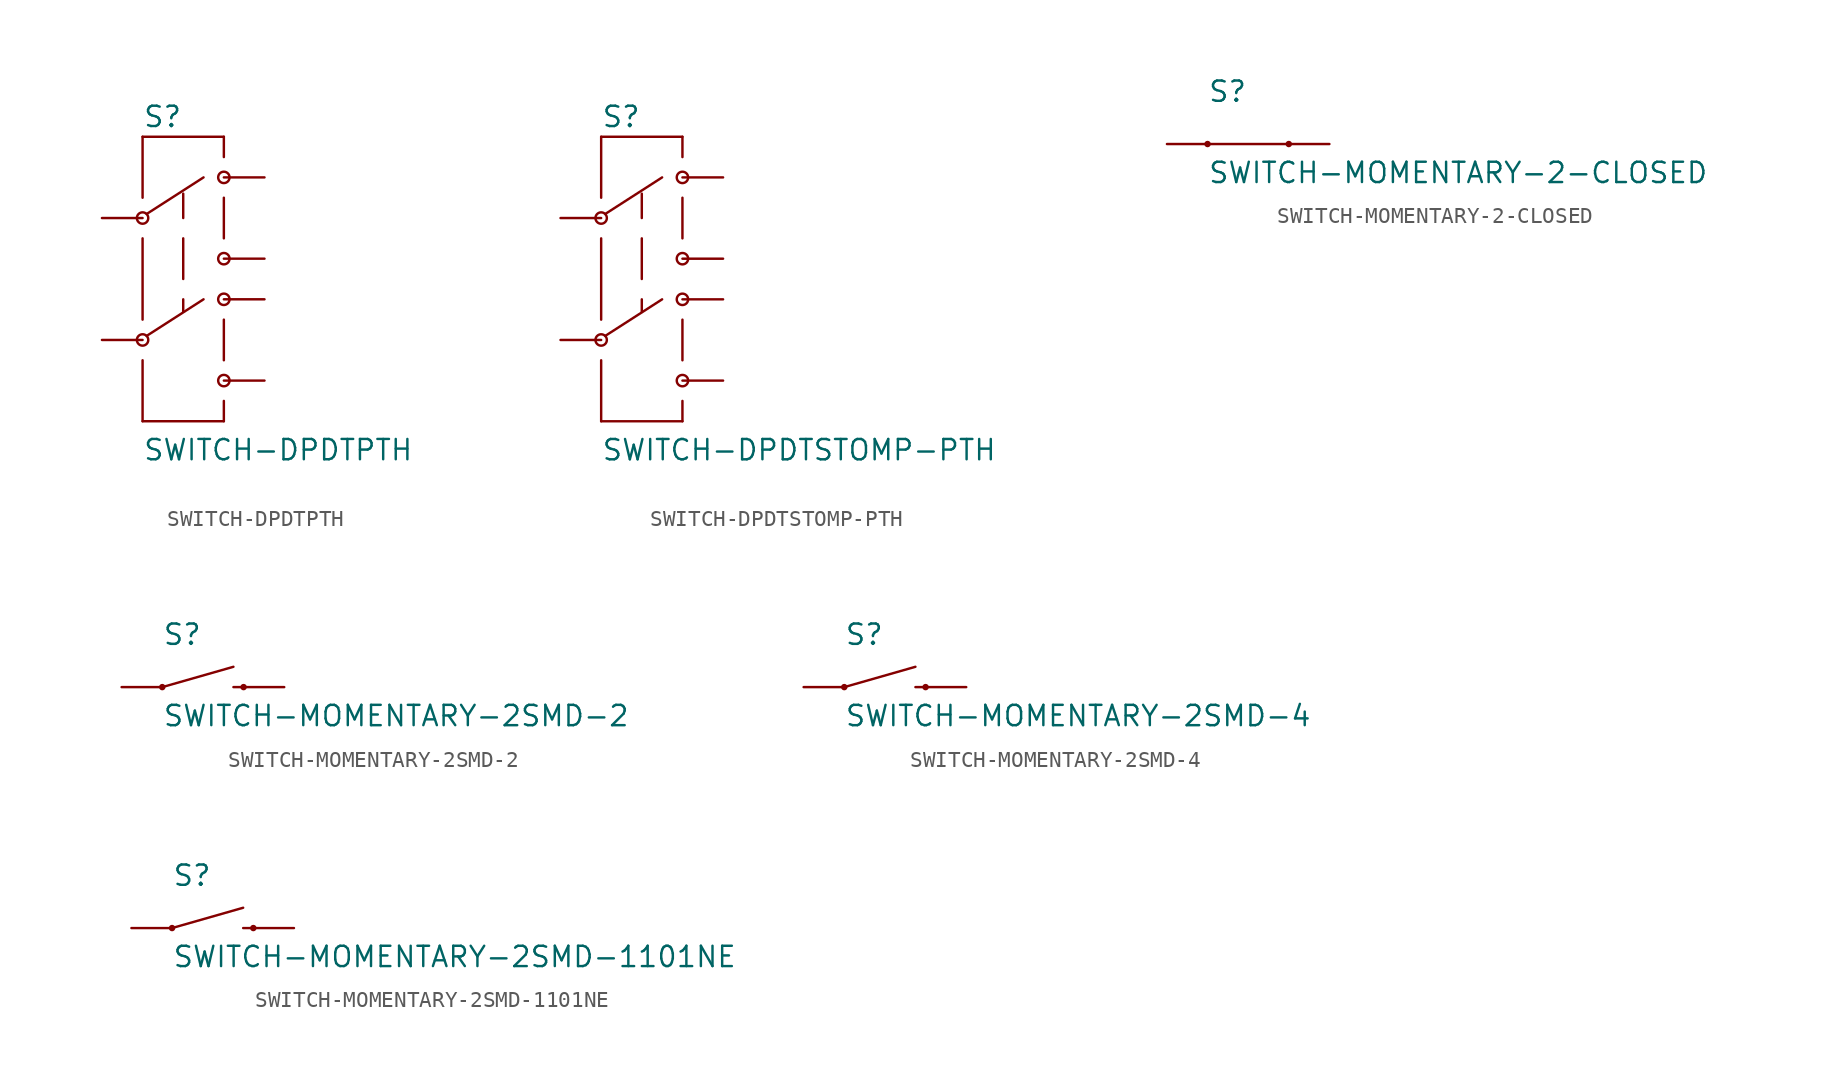
<source format=kicad_sym>
(kicad_symbol_lib
  (version 20211014)
  (generator kicad_symbol_editor)
  (symbol "SWITCH-DPDTPTH"
    (pin_numbers hide)
    (pin_names
      (offset 1.016) hide)
    (property "Reference" "S"
      (at -2.54 8.128 0)
      (effects (font (size 1.27 1.27)) (justify left bottom)))
    (property "Value" "SWITCH-DPDTPTH"
      (at -2.54 -12.7 0)
      (effects (font (size 1.27 1.27)) (justify left bottom)))
    (property "ki_locked" ""
      (at 0 0 0)
      (effects (font (size 1.27 1.27))))
    (symbol "SWITCH-DPDTPTH_1_0"
      (polyline (pts (xy -2.54 -10.16) (xy 2.54 -10.16)) (stroke (width 0) (type default) (color 0 0 0 0)) (fill (type none)))
      (polyline (pts (xy -2.54 -6.35) (xy -2.54 -10.16)) (stroke (width 0) (type default) (color 0 0 0 0)) (fill (type none)))
      (polyline (pts (xy -2.54 1.27) (xy -2.54 -3.81)) (stroke (width 0) (type default) (color 0 0 0 0)) (fill (type none)))
      (polyline (pts (xy -2.54 7.62) (xy -2.54 3.81)) (stroke (width 0) (type default) (color 0 0 0 0)) (fill (type none)))
      (polyline (pts (xy -2.286 -4.826) (xy 1.27 -2.54)) (stroke (width 0) (type default) (color 0 0 0 0)) (fill (type none)))
      (polyline (pts (xy 0 -2.54) (xy 0 -3.302)) (stroke (width 0) (type default) (color 0 0 0 0)) (fill (type none)))
      (polyline (pts (xy 0 1.27) (xy 0 -1.27)) (stroke (width 0) (type default) (color 0 0 0 0)) (fill (type none)))
      (polyline (pts (xy 0 4.064) (xy 0 2.54)) (stroke (width 0) (type default) (color 0 0 0 0)) (fill (type none)))
      (polyline (pts (xy 1.27 5.08) (xy -2.286 2.794)) (stroke (width 0) (type default) (color 0 0 0 0)) (fill (type none)))
      (polyline (pts (xy 2.54 -10.16) (xy 2.54 -8.89)) (stroke (width 0) (type default) (color 0 0 0 0)) (fill (type none)))
      (polyline (pts (xy 2.54 -6.35) (xy 2.54 -3.81)) (stroke (width 0) (type default) (color 0 0 0 0)) (fill (type none)))
      (polyline (pts (xy 2.54 3.81) (xy 2.54 1.27)) (stroke (width 0) (type default) (color 0 0 0 0)) (fill (type none)))
      (polyline (pts (xy 2.54 6.35) (xy 2.54 7.62)) (stroke (width 0) (type default) (color 0 0 0 0)) (fill (type none)))
      (polyline (pts (xy 2.54 7.62) (xy -2.54 7.62)) (stroke (width 0) (type default) (color 0 0 0 0)) (fill (type none))))
    (symbol "SWITCH-DPDTPTH_1_1"
      (circle (center -2.54 -5.08) (radius 0.356) (stroke (width 0) (type default) (color 0 0 0 0)) (fill (type none)))
      (circle (center -2.54 2.54) (radius 0.356) (stroke (width 0) (type default) (color 0 0 0 0)) (fill (type none)))
      (circle (center 2.54 -7.62) (radius 0.356) (stroke (width 0) (type default) (color 0 0 0 0)) (fill (type none)))
      (circle (center 2.54 -2.54) (radius 0.356) (stroke (width 0) (type default) (color 0 0 0 0)) (fill (type none)))
      (circle (center 2.54 0) (radius 0.356) (stroke (width 0) (type default) (color 0 0 0 0)) (fill (type none)))
      (circle (center 2.54 5.08) (radius 0.356) (stroke (width 0) (type default) (color 0 0 0 0)) (fill (type none)))
      (pin bidirectional line (at 5.08 5.08 180) (length 2.54) (name "1" (effects (font (size 1.016 1.016)))) (number "1" (effects (font (size 1.016 1.016)))))
      (pin bidirectional line (at -5.08 2.54 0) (length 2.54) (name "2" (effects (font (size 1.016 1.016)))) (number "2" (effects (font (size 1.016 1.016)))))
      (pin bidirectional line (at 5.08 0 180) (length 2.54) (name "3" (effects (font (size 1.016 1.016)))) (number "3" (effects (font (size 1.016 1.016)))))
      (pin bidirectional line (at 5.08 -2.54 180) (length 2.54) (name "4" (effects (font (size 1.016 1.016)))) (number "4" (effects (font (size 1.016 1.016)))))
      (pin bidirectional line (at -5.08 -5.08 0) (length 2.54) (name "5" (effects (font (size 1.016 1.016)))) (number "5" (effects (font (size 1.016 1.016)))))
      (pin bidirectional line (at 5.08 -7.62 180) (length 2.54) (name "6" (effects (font (size 1.016 1.016)))) (number "6" (effects (font (size 1.016 1.016)))))))
  (symbol "SWITCH-DPDTSTOMP-PTH"
    (pin_numbers hide)
    (pin_names
      (offset 1.016) hide)
    (property "Reference" "S"
      (at -2.54 8.128 0)
      (effects (font (size 1.27 1.27)) (justify left bottom)))
    (property "Value" "SWITCH-DPDTSTOMP-PTH"
      (at -2.54 -12.7 0)
      (effects (font (size 1.27 1.27)) (justify left bottom)))
    (property "ki_locked" ""
      (at 0 0 0)
      (effects (font (size 1.27 1.27))))
    (symbol "SWITCH-DPDTSTOMP-PTH_1_0"
      (polyline (pts (xy -2.54 -10.16) (xy 2.54 -10.16)) (stroke (width 0) (type default) (color 0 0 0 0)) (fill (type none)))
      (polyline (pts (xy -2.54 -6.35) (xy -2.54 -10.16)) (stroke (width 0) (type default) (color 0 0 0 0)) (fill (type none)))
      (polyline (pts (xy -2.54 1.27) (xy -2.54 -3.81)) (stroke (width 0) (type default) (color 0 0 0 0)) (fill (type none)))
      (polyline (pts (xy -2.54 7.62) (xy -2.54 3.81)) (stroke (width 0) (type default) (color 0 0 0 0)) (fill (type none)))
      (polyline (pts (xy -2.286 -4.826) (xy 1.27 -2.54)) (stroke (width 0) (type default) (color 0 0 0 0)) (fill (type none)))
      (polyline (pts (xy 0 -2.54) (xy 0 -3.302)) (stroke (width 0) (type default) (color 0 0 0 0)) (fill (type none)))
      (polyline (pts (xy 0 1.27) (xy 0 -1.27)) (stroke (width 0) (type default) (color 0 0 0 0)) (fill (type none)))
      (polyline (pts (xy 0 4.064) (xy 0 2.54)) (stroke (width 0) (type default) (color 0 0 0 0)) (fill (type none)))
      (polyline (pts (xy 1.27 5.08) (xy -2.286 2.794)) (stroke (width 0) (type default) (color 0 0 0 0)) (fill (type none)))
      (polyline (pts (xy 2.54 -10.16) (xy 2.54 -8.89)) (stroke (width 0) (type default) (color 0 0 0 0)) (fill (type none)))
      (polyline (pts (xy 2.54 -6.35) (xy 2.54 -3.81)) (stroke (width 0) (type default) (color 0 0 0 0)) (fill (type none)))
      (polyline (pts (xy 2.54 3.81) (xy 2.54 1.27)) (stroke (width 0) (type default) (color 0 0 0 0)) (fill (type none)))
      (polyline (pts (xy 2.54 6.35) (xy 2.54 7.62)) (stroke (width 0) (type default) (color 0 0 0 0)) (fill (type none)))
      (polyline (pts (xy 2.54 7.62) (xy -2.54 7.62)) (stroke (width 0) (type default) (color 0 0 0 0)) (fill (type none))))
    (symbol "SWITCH-DPDTSTOMP-PTH_1_1"
      (circle (center -2.54 -5.08) (radius 0.356) (stroke (width 0) (type default) (color 0 0 0 0)) (fill (type none)))
      (circle (center -2.54 2.54) (radius 0.356) (stroke (width 0) (type default) (color 0 0 0 0)) (fill (type none)))
      (circle (center 2.54 -7.62) (radius 0.356) (stroke (width 0) (type default) (color 0 0 0 0)) (fill (type none)))
      (circle (center 2.54 -2.54) (radius 0.356) (stroke (width 0) (type default) (color 0 0 0 0)) (fill (type none)))
      (circle (center 2.54 0) (radius 0.356) (stroke (width 0) (type default) (color 0 0 0 0)) (fill (type none)))
      (circle (center 2.54 5.08) (radius 0.356) (stroke (width 0) (type default) (color 0 0 0 0)) (fill (type none)))
      (pin bidirectional line (at 5.08 5.08 180) (length 2.54) (name "1" (effects (font (size 1.016 1.016)))) (number "P$1" (effects (font (size 1.016 1.016)))))
      (pin bidirectional line (at -5.08 2.54 0) (length 2.54) (name "2" (effects (font (size 1.016 1.016)))) (number "P$2" (effects (font (size 1.016 1.016)))))
      (pin bidirectional line (at 5.08 0 180) (length 2.54) (name "3" (effects (font (size 1.016 1.016)))) (number "P$3" (effects (font (size 1.016 1.016)))))
      (pin bidirectional line (at 5.08 -2.54 180) (length 2.54) (name "4" (effects (font (size 1.016 1.016)))) (number "P$4" (effects (font (size 1.016 1.016)))))
      (pin bidirectional line (at -5.08 -5.08 0) (length 2.54) (name "5" (effects (font (size 1.016 1.016)))) (number "P$5" (effects (font (size 1.016 1.016)))))
      (pin bidirectional line (at 5.08 -7.62 180) (length 2.54) (name "6" (effects (font (size 1.016 1.016)))) (number "P$6" (effects (font (size 1.016 1.016)))))))
  (symbol "SWITCH-MOMENTARY-2-CLOSED"
    (pin_numbers hide)
    (pin_names
      (offset 1.016) hide)
    (property "Reference" "S"
      (at -2.54 2.54 0)
      (effects (font (size 1.27 1.27)) (justify left bottom)))
    (property "Value" "SWITCH-MOMENTARY-2-CLOSED"
      (at -2.54 -2.54 0)
      (effects (font (size 1.27 1.27)) (justify left bottom)))
    (property "ki_locked" ""
      (at 0 0 0)
      (effects (font (size 1.27 1.27))))
    (symbol "SWITCH-MOMENTARY-2-CLOSED_1_0"
      (polyline (pts (xy -2.54 0) (xy 2.54 0)) (stroke (width 0) (type default) (color 0 0 0 0)) (fill (type none))))
    (symbol "SWITCH-MOMENTARY-2-CLOSED_1_1"
      (circle (center -2.54 0) (radius 0.127) (stroke (width 0) (type default) (color 0 0 0 0)) (fill (type outline)))
      (circle (center 2.54 0) (radius 0.127) (stroke (width 0) (type default) (color 0 0 0 0)) (fill (type outline)))
      (pin passive line (at -5.08 0 0) (length 2.54) (name "1" (effects (font (size 1.016 1.016)))) (number "1" (effects (font (size 1.016 1.016)))))
      (pin passive line (at 5.08 0 180) (length 2.54) (name "2" (effects (font (size 1.016 1.016)))) (number "3" (effects (font (size 1.016 1.016)))))))
  (symbol "SWITCH-MOMENTARY-2SMD-2"
    (pin_numbers hide)
    (pin_names
      (offset 1.016) hide)
    (property "Reference" "S"
      (at -2.54 2.54 0)
      (effects (font (size 1.27 1.27)) (justify left bottom)))
    (property "Value" "SWITCH-MOMENTARY-2SMD-2"
      (at -2.54 -2.54 0)
      (effects (font (size 1.27 1.27)) (justify left bottom)))
    (property "ki_locked" ""
      (at 0 0 0)
      (effects (font (size 1.27 1.27))))
    (symbol "SWITCH-MOMENTARY-2SMD-2_1_0"
      (polyline (pts (xy -2.54 0) (xy 1.905 1.27)) (stroke (width 0) (type default) (color 0 0 0 0)) (fill (type none)))
      (polyline (pts (xy 1.905 0) (xy 2.54 0)) (stroke (width 0) (type default) (color 0 0 0 0)) (fill (type none))))
    (symbol "SWITCH-MOMENTARY-2SMD-2_1_1"
      (circle (center -2.54 0) (radius 0.127) (stroke (width 0) (type default) (color 0 0 0 0)) (fill (type outline)))
      (circle (center 2.54 0) (radius 0.127) (stroke (width 0) (type default) (color 0 0 0 0)) (fill (type outline)))
      (pin passive line (at 5.08 0 180) (length 2.54) (name "2" (effects (font (size 1.016 1.016)))) (number "1" (effects (font (size 1.016 1.016)))))
      (pin passive line (at -5.08 0 0) (length 2.54) (name "1" (effects (font (size 1.016 1.016)))) (number "2" (effects (font (size 1.016 1.016)))))))
  (symbol "SWITCH-MOMENTARY-2SMD-4"
    (pin_numbers hide)
    (pin_names
      (offset 1.016) hide)
    (property "Reference" "S"
      (at -2.54 2.54 0)
      (effects (font (size 1.27 1.27)) (justify left bottom)))
    (property "Value" "SWITCH-MOMENTARY-2SMD-4"
      (at -2.54 -2.54 0)
      (effects (font (size 1.27 1.27)) (justify left bottom)))
    (property "ki_locked" ""
      (at 0 0 0)
      (effects (font (size 1.27 1.27))))
    (symbol "SWITCH-MOMENTARY-2SMD-4_1_0"
      (polyline (pts (xy -2.54 0) (xy 1.905 1.27)) (stroke (width 0) (type default) (color 0 0 0 0)) (fill (type none)))
      (polyline (pts (xy 1.905 0) (xy 2.54 0)) (stroke (width 0) (type default) (color 0 0 0 0)) (fill (type none))))
    (symbol "SWITCH-MOMENTARY-2SMD-4_1_1"
      (circle (center -2.54 0) (radius 0.127) (stroke (width 0) (type default) (color 0 0 0 0)) (fill (type outline)))
      (circle (center 2.54 0) (radius 0.127) (stroke (width 0) (type default) (color 0 0 0 0)) (fill (type outline)))
      (pin passive line (at -5.08 0 0) (length 2.54) (name "1" (effects (font (size 1.016 1.016)))) (number "A2" (effects (font (size 1.016 1.016)))))
      (pin passive line (at 5.08 0 180) (length 2.54) (name "2" (effects (font (size 1.016 1.016)))) (number "B2" (effects (font (size 1.016 1.016)))))))
  (symbol "SWITCH-MOMENTARY-2SMD-1101NE"
    (pin_numbers hide)
    (pin_names
      (offset 1.016) hide)
    (property "Reference" "S"
      (at -2.54 2.54 0)
      (effects (font (size 1.27 1.27)) (justify left bottom)))
    (property "Value" "SWITCH-MOMENTARY-2SMD-1101NE"
      (at -2.54 -2.54 0)
      (effects (font (size 1.27 1.27)) (justify left bottom)))
    (property "ki_locked" ""
      (at 0 0 0)
      (effects (font (size 1.27 1.27))))
    (symbol "SWITCH-MOMENTARY-2SMD-1101NE_1_0"
      (polyline (pts (xy -2.54 0) (xy 1.905 1.27)) (stroke (width 0) (type default) (color 0 0 0 0)) (fill (type none)))
      (polyline (pts (xy 1.905 0) (xy 2.54 0)) (stroke (width 0) (type default) (color 0 0 0 0)) (fill (type none))))
    (symbol "SWITCH-MOMENTARY-2SMD-1101NE_1_1"
      (circle (center -2.54 0) (radius 0.127) (stroke (width 0) (type default) (color 0 0 0 0)) (fill (type outline)))
      (circle (center 2.54 0) (radius 0.127) (stroke (width 0) (type default) (color 0 0 0 0)) (fill (type outline)))
      (pin passive line (at -5.08 0 0) (length 2.54) (name "1" (effects (font (size 1.016 1.016)))) (number "1" (effects (font (size 1.016 1.016)))))
      (pin passive line (at 5.08 0 180) (length 2.54) (name "2" (effects (font (size 1.016 1.016)))) (number "2" (effects (font (size 1.016 1.016))))))))
</source>
